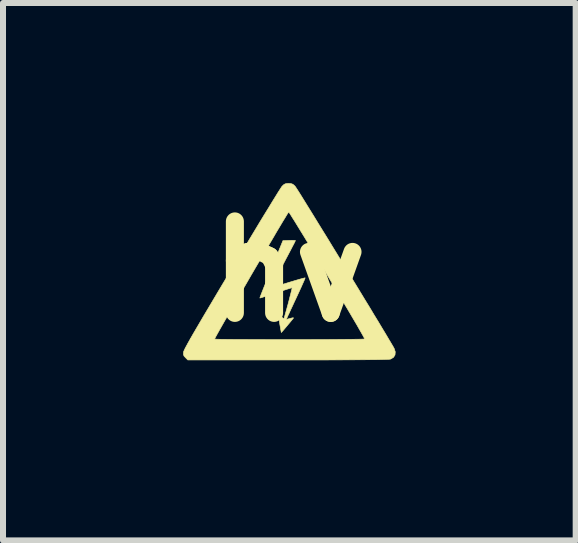
<source format=kicad_pcb>
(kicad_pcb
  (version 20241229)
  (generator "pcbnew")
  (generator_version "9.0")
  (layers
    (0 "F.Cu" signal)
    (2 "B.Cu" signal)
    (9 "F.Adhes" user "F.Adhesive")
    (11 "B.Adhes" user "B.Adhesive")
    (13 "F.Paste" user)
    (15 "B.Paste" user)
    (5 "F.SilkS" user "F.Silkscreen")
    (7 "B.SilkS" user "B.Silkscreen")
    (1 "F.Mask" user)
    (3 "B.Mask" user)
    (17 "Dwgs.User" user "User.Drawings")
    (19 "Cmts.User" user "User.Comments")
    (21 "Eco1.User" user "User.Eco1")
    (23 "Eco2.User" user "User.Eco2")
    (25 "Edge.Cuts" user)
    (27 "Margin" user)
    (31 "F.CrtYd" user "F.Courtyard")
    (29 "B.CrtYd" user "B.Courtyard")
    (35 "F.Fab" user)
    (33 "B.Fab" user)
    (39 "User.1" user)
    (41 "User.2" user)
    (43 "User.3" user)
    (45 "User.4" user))
  (footprint "hv"
    (layer "F.Cu")
    (at 1.769 1.472)
    (property "Reference" "hv" (at 0 0 0) (layer "F.SilkS") (effects (font (size 1.524 1.524) (thickness 0.3))))
    (attr through_hole)
    (fp_poly (pts (xy 0.081 -0.518) (xy 0.1 -0.516) (xy 0.102 -0.515) (xy 0.096 -0.503) (xy 0.08 -0.47) (xy 0.054 -0.421) (xy 0.021 -0.357) (xy -0.019 -0.281) (xy -0.064 -0.196) (xy -0.101 -0.125) (xy -0.149 -0.034) (xy -0.193 0.049) (xy -0.23 0.122) (xy -0.261 0.183) (xy -0.283 0.228) (xy -0.296 0.256) (xy -0.299 0.264) (xy -0.286 0.262) (xy -0.252 0.254) (xy -0.2 0.24) (xy -0.135 0.221) (xy -0.06 0.198) (xy -0.018 0.185) (xy 0.061 0.161) (xy 0.132 0.14) (xy 0.191 0.123) (xy 0.234 0.112) (xy 0.258 0.106) (xy 0.263 0.106) (xy 0.259 0.118) (xy 0.246 0.151) (xy 0.224 0.2) (xy 0.196 0.263) (xy 0.162 0.337) (xy 0.126 0.415) (xy 0.087 0.498) (xy 0.051 0.576) (xy 0.019 0.644) (xy -0.006 0.7) (xy -0.025 0.739) (xy -0.033 0.758) (xy -0.05 0.798) (xy 0.014 0.781) (xy 0.05 0.772) (xy 0.067 0.77) (xy 0.068 0.776) (xy 0.061 0.785) (xy 0.044 0.806) (xy 0.018 0.838) (xy -0.015 0.877) (xy -0.05 0.919) (xy -0.083 0.958) (xy -0.11 0.99) (xy -0.129 1.011) (xy -0.134 1.016) (xy -0.136 1.004) (xy -0.142 0.973) (xy -0.15 0.927) (xy -0.157 0.89) (xy -0.168 0.82) (xy -0.175 0.773) (xy -0.177 0.745) (xy -0.173 0.733) (xy -0.163 0.734) (xy -0.146 0.745) (xy -0.134 0.754) (xy -0.09 0.788) (xy -0.071 0.721) (xy -0.047 0.636) (xy -0.024 0.552) (xy -0.003 0.473) (xy 0.015 0.402) (xy 0.03 0.343) (xy 0.041 0.299) (xy 0.046 0.275) (xy 0.046 0.271) (xy 0.033 0.273) (xy 0.000291 0.283) (xy -0.05 0.299) (xy -0.114 0.32) (xy -0.187 0.344) (xy -0.222 0.356) (xy -0.299 0.382) (xy -0.367 0.404) (xy -0.424 0.422) (xy -0.465 0.435) (xy -0.488 0.441) (xy -0.491 0.441) (xy -0.487 0.428) (xy -0.475 0.395) (xy -0.455 0.343) (xy -0.428 0.275) (xy -0.396 0.194) (xy -0.359 0.102) (xy -0.318 0.001) (xy -0.301 -0.039) (xy -0.107 -0.514) (xy -0.003 -0.518) (xy 0.045 -0.519) (xy 0.081 -0.518)) (stroke (width 0.01) (type solid)) (fill yes) (layer "F.SilkS"))
    (fp_poly (pts (xy 0.029 -1.464) (xy 0.059 -1.453) (xy 0.088 -1.428) (xy 0.094 -1.422) (xy 0.104 -1.408) (xy 0.127 -1.373) (xy 0.161 -1.32) (xy 0.205 -1.25) (xy 0.258 -1.164) (xy 0.319 -1.065) (xy 0.388 -0.954) (xy 0.462 -0.833) (xy 0.542 -0.703) (xy 0.627 -0.566) (xy 0.714 -0.423) (xy 0.804 -0.276) (xy 0.895 -0.127) (xy 0.986 0.022) (xy 1.077 0.171) (xy 1.166 0.317) (xy 1.252 0.459) (xy 1.335 0.594) (xy 1.412 0.723) (xy 1.485 0.842) (xy 1.55 0.951) (xy 1.608 1.047) (xy 1.657 1.13) (xy 1.697 1.197) (xy 1.726 1.246) (xy 1.743 1.277) (xy 1.746 1.282) (xy 1.764 1.338) (xy 1.76 1.389) (xy 1.735 1.429) (xy 1.69 1.457) (xy 1.679 1.46) (xy 1.658 1.462) (xy 1.612 1.464) (xy 1.54 1.466) (xy 1.443 1.468) (xy 1.321 1.469) (xy 1.174 1.47) (xy 1.001 1.471) (xy 0.804 1.472) (xy 0.581 1.473) (xy 0.333 1.473) (xy 0.061 1.473) (xy -0.03 1.473) (xy -1.691 1.473) (xy -1.73 1.434) (xy -1.755 1.406) (xy -1.764 1.379) (xy -1.762 1.342) (xy -1.759 1.33) (xy -1.75 1.31) (xy -1.736 1.28) (xy -1.715 1.241) (xy -1.688 1.191) (xy -1.653 1.129) (xy -1.651 1.125) (xy -1.245 1.125) (xy -1.232 1.126) (xy -1.197 1.128) (xy -1.14 1.129) (xy -1.064 1.13) (xy -0.971 1.131) (xy -0.863 1.132) (xy -0.742 1.132) (xy -0.61 1.133) (xy -0.47 1.133) (xy -0.323 1.134) (xy -0.172 1.134) (xy -0.018 1.134) (xy 0.136 1.134) (xy 0.288 1.134) (xy 0.437 1.133) (xy 0.579 1.133) (xy 0.714 1.132) (xy 0.838 1.131) (xy 0.95 1.13) (xy 1.048 1.129) (xy 1.129 1.128) (xy 1.192 1.127) (xy 1.234 1.125) (xy 1.254 1.124) (xy 1.255 1.124) (xy 1.25 1.112) (xy 1.233 1.08) (xy 1.205 1.03) (xy 1.167 0.964) (xy 1.121 0.883) (xy 1.066 0.79) (xy 1.005 0.686) (xy 0.938 0.573) (xy 0.867 0.452) (xy 0.792 0.326) (xy 0.715 0.197) (xy 0.636 0.066) (xy 0.558 -0.065) (xy 0.48 -0.195) (xy 0.404 -0.321) (xy 0.331 -0.441) (xy 0.263 -0.554) (xy 0.199 -0.658) (xy 0.142 -0.751) (xy 0.093 -0.831) (xy 0.051 -0.897) (xy 0.02 -0.947) (xy -0.001 -0.979) (xy -0.011 -0.99) (xy -0.011 -0.99) (xy -0.019 -0.98) (xy -0.039 -0.949) (xy -0.069 -0.899) (xy -0.109 -0.834) (xy -0.157 -0.753) (xy -0.213 -0.66) (xy -0.274 -0.555) (xy -0.341 -0.442) (xy -0.412 -0.321) (xy -0.486 -0.195) (xy -0.563 -0.065) (xy -0.64 0.067) (xy -0.716 0.199) (xy -0.792 0.329) (xy -0.865 0.455) (xy -0.935 0.576) (xy -1.001 0.69) (xy -1.061 0.794) (xy -1.114 0.887) (xy -1.16 0.968) (xy -1.197 1.034) (xy -1.224 1.083) (xy -1.24 1.114) (xy -1.245 1.125) (xy -1.651 1.125) (xy -1.61 1.053) (xy -1.558 0.964) (xy -1.497 0.86) (xy -1.426 0.739) (xy -1.344 0.601) (xy -1.252 0.446) (xy -1.148 0.271) (xy -1.031 0.076) (xy -0.959 -0.044) (xy -0.858 -0.214) (xy -0.759 -0.378) (xy -0.665 -0.535) (xy -0.575 -0.684) (xy -0.491 -0.824) (xy -0.413 -0.952) (xy -0.342 -1.067) (xy -0.28 -1.169) (xy -0.226 -1.256) (xy -0.183 -1.326) (xy -0.149 -1.378) (xy -0.128 -1.411) (xy -0.119 -1.422) (xy -0.089 -1.45) (xy -0.06 -1.463) (xy -0.021 -1.467) (xy -0.013 -1.467) (xy 0.029 -1.464)) (stroke (width 0.01) (type solid)) (fill yes) (layer "F.SilkS")))
  (gr_rect
    (start -3 -3)
    (end 6.538 5.95)
    (stroke (width 0.1) (type default))
    (fill no)
    (layer "Edge.Cuts")))
</source>
